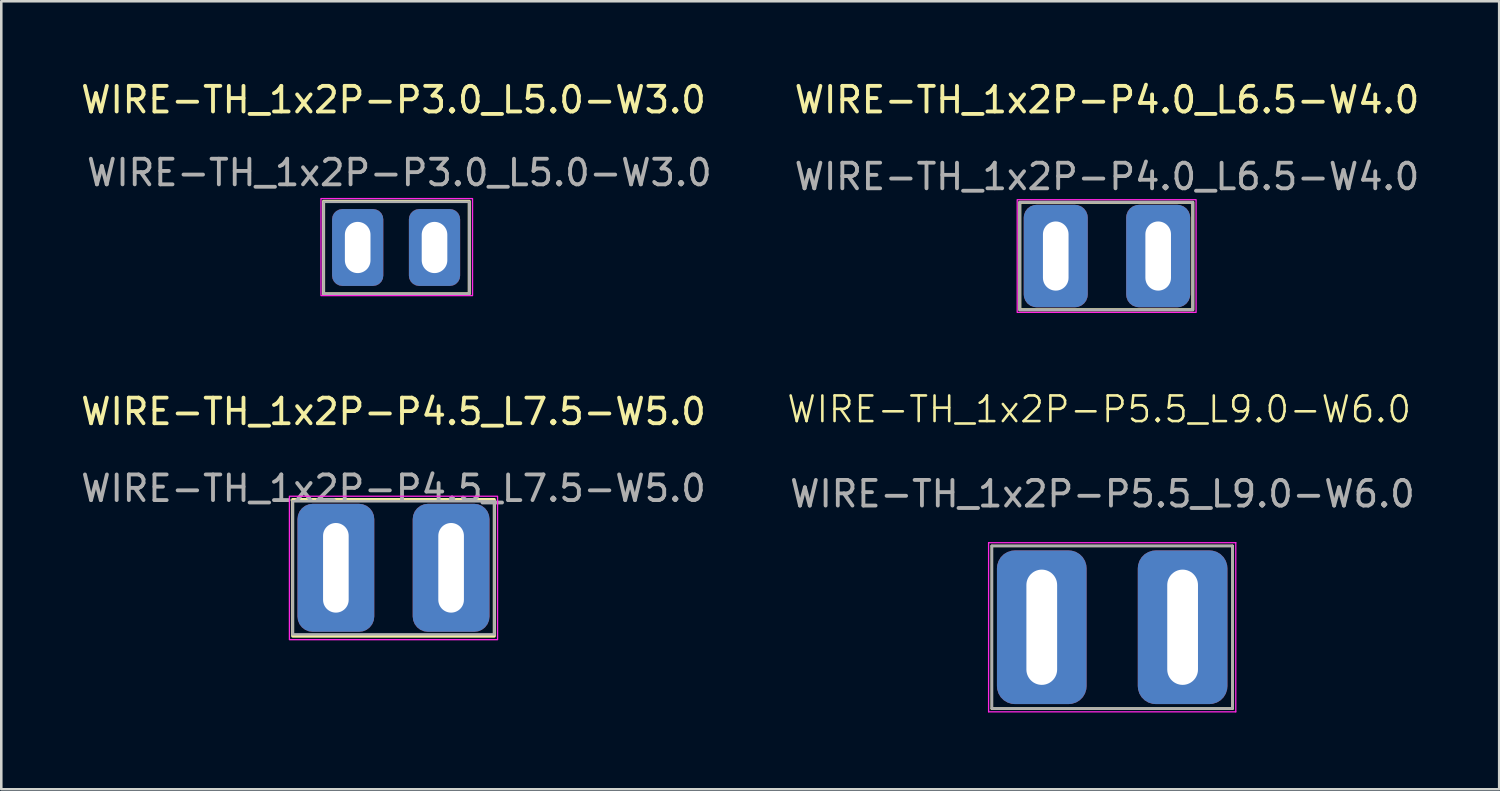
<source format=kicad_pcb>
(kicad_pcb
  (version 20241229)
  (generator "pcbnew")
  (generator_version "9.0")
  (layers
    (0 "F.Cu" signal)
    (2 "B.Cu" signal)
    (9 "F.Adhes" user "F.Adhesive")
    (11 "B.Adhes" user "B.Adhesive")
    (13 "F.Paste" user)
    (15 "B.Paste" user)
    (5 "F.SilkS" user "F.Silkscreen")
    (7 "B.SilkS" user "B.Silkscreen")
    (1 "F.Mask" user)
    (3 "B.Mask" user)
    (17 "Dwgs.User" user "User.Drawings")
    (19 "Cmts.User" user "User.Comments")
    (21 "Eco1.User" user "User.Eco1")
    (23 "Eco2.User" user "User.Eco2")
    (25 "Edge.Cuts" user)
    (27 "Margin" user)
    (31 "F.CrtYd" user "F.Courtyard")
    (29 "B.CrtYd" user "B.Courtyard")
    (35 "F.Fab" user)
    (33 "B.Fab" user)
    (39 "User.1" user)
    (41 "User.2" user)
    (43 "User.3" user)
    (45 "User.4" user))
  (footprint "WIRE-TH_1x2P-P5.5_L9.0-W6.0"
    (layer "F.Cu")
    (at 40.379 21.443)
    (property "Reference" "WIRE-TH_1x2P-P5.5_L9.0-W6.0" (at -0.508 -8.509 0) (unlocked yes) (layer "F.SilkS") (effects (font (size 1 1) (thickness 0.1))))
    (attr through_hole)
    (fp_line (start -4.699 -3.175) (end 4.699 -3.175) (stroke (width 0.1) (type default)) (layer "F.SilkS"))
    (fp_line (start -4.699 3.175) (end -4.699 -3.175) (stroke (width 0.1) (type default)) (layer "F.SilkS"))
    (fp_line (start 4.699 -3.175) (end 4.699 3.175) (stroke (width 0.1) (type default)) (layer "F.SilkS"))
    (fp_line (start 4.699 3.175) (end -4.699 3.175) (stroke (width 0.1) (type default)) (layer "F.SilkS"))
    (fp_line (start -4.826 -3.302) (end 4.826 -3.302) (stroke (width 0.05) (type default)) (layer "F.CrtYd"))
    (fp_line (start -4.826 3.302) (end -4.826 -3.302) (stroke (width 0.05) (type default)) (layer "F.CrtYd"))
    (fp_line (start 4.826 -3.302) (end 4.826 3.302) (stroke (width 0.05) (type default)) (layer "F.CrtYd"))
    (fp_line (start 4.826 3.302) (end -4.826 3.302) (stroke (width 0.05) (type default)) (layer "F.CrtYd"))
    (fp_rect (start -4.699 -3.175) (end 4.699 3.175) (stroke (width 0.1) (type default)) (fill no) (layer "F.Fab"))
    (fp_text user "${REFERENCE}" (at -0.381 -5.207 0) (unlocked yes) (layer "F.Fab") (effects (font (size 1 1) (thickness 0.15))))
    (pad "1" thru_hole roundrect (at -2.75 0) (size 3.5 6) (drill oval 1.2 4.5) (layers "*.Cu" "*.Mask") (roundrect_rratio 0.2))
    (pad "2" thru_hole roundrect (at 2.75 0) (size 3.5 6) (drill oval 1.2 4.5) (layers "*.Cu" "*.Mask") (roundrect_rratio 0.2)))
  (footprint "WIRE-TH_1x2P-P4.5_L7.5-W5.0"
    (layer "F.Cu")
    (at 12.315 19.122)
    (property "Reference" "WIRE-TH_1x2P-P4.5_L7.5-W5.0" (at 0 -6.1 0) (unlocked yes) (layer "F.SilkS") (effects (font (size 1 1) (thickness 0.15))))
    (attr smd)
    (fp_rect (start -3.937 -2.667) (end 3.937 2.667) (stroke (width 0.12) (type solid)) (fill no) (layer "F.SilkS"))
    (fp_rect (start -4.064 -2.794) (end 4.064 2.806) (stroke (width 0.05) (type solid)) (fill no) (layer "F.CrtYd"))
    (fp_rect (start -3.937 -2.6) (end 3.937 2.6) (stroke (width 0.1) (type solid)) (fill no) (layer "F.Fab"))
    (fp_text user "${REFERENCE}" (at 0 -3.1 0) (unlocked yes) (layer "F.Fab") (effects (font (size 1 1) (thickness 0.15))))
    (pad "1" thru_hole roundrect (at -2.25 0) (size 3 5) (drill oval 1 3.5) (layers "*.Cu" "*.Mask") (roundrect_rratio 0.2))
    (pad "2" thru_hole roundrect (at 2.25 0) (size 3 5) (drill oval 1 3.5) (layers "*.Cu" "*.Mask") (roundrect_rratio 0.2)))
  (footprint "WIRE-TH_1x2P-P3.0_L5.0-W3.0"
    (layer "F.Cu")
    (at 12.417 6.614)
    (property "Reference" "WIRE-TH_1x2P-P3.0_L5.0-W3.0" (at -0.102 -5.766 0) (unlocked yes) (layer "F.SilkS") (effects (font (size 1 1) (thickness 0.15))))
    (attr through_hole)
    (fp_rect (start -2.832 -1.803) (end 2.857 1.812) (stroke (width 0.12) (type solid)) (fill no) (layer "F.SilkS"))
    (fp_rect (start -2.934 -1.911) (end 2.985 1.88) (stroke (width 0.05) (type solid)) (fill no) (layer "F.CrtYd"))
    (fp_rect (start -2.832 -1.785) (end 2.857 1.805) (stroke (width 0.1) (type solid)) (fill no) (layer "F.Fab"))
    (fp_text user "${REFERENCE}" (at 0.127 -2.921 0) (unlocked yes) (layer "F.Fab") (effects (font (size 1 1) (thickness 0.15))))
    (pad "1" thru_hole roundrect (at -1.5 0) (size 2 3) (drill oval 1 2) (layers "*.Cu" "*.Mask") (roundrect_rratio 0.2))
    (pad "2" thru_hole roundrect (at 1.5 0) (size 2 3) (drill oval 1 2) (layers "*.Cu" "*.Mask") (roundrect_rratio 0.2)))
  (footprint "WIRE-TH_1x2P-P4.0_L6.5-W4.0"
    (layer "F.Cu")
    (at 40.175 6.948)
    (property "Reference" "WIRE-TH_1x2P-P4.0_L6.5-W4.0" (at 0 -6.1 0) (unlocked yes) (layer "F.SilkS") (effects (font (size 1 1) (thickness 0.15))))
    (attr smd)
    (fp_rect (start -3.404 -2.1) (end 3.353 2.1) (stroke (width 0.12) (type solid)) (fill no) (layer "F.SilkS"))
    (fp_rect (start -3.505 -2.2) (end 3.48 2.2) (stroke (width 0.05) (type solid)) (fill no) (layer "F.CrtYd"))
    (fp_rect (start -3.404 -2.1) (end 3.353 2.1) (stroke (width 0.1) (type solid)) (fill no) (layer "F.Fab"))
    (fp_text user "${REFERENCE}" (at 0 -3.1 0) (unlocked yes) (layer "F.Fab") (effects (font (size 1 1) (thickness 0.15))))
    (pad "1" thru_hole roundrect (at -2 0) (size 2.5 4) (drill oval 1 2.7) (layers "*.Cu" "*.Mask") (roundrect_rratio 0.2))
    (pad "2" thru_hole roundrect (at 2 0) (size 2.5 4) (drill oval 1 2.7) (layers "*.Cu" "*.Mask") (roundrect_rratio 0.2)))
  (gr_rect
    (start -3 -3)
    (end 55.491 27.77)
    (stroke (width 0.1) (type default))
    (fill no)
    (layer "Edge.Cuts")))
</source>
